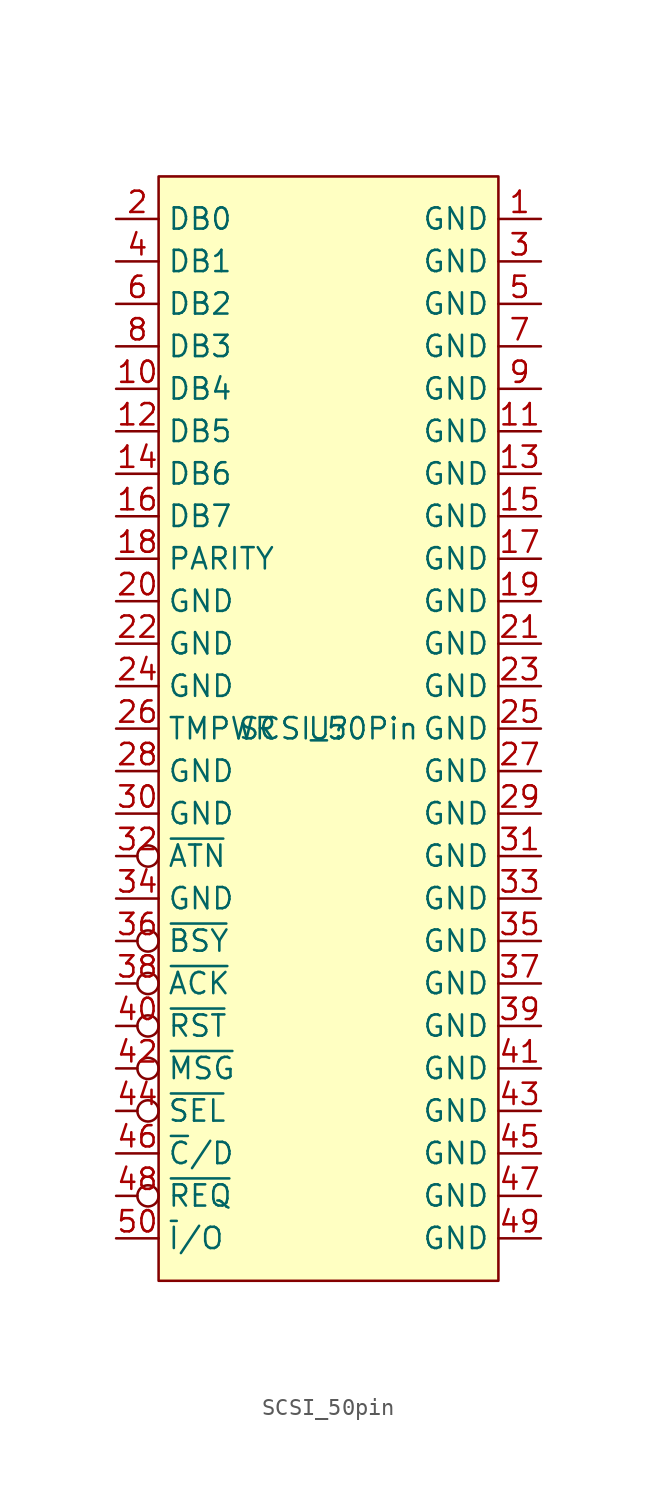
<source format=kicad_sym>
(kicad_symbol_lib
  (version 20220914)
  (generator kicad_symbol_editor)
  (symbol "SCSI_50pin"
    (property "Reference" "U"
      (at 0 0 0)
      (effects (font (size 1.27 1.27))))
    (property "Value" "SCSI_50Pin"
      (at 0 0 0)
      (effects (font (size 1.27 1.27))))
    (symbol "SCSI_50pin_0_0"
      (pin power_in line (at 12.7 30.48 180) (length 2.54) (name "GND" (effects (font (size 1.27 1.27)))) (number "1" (effects (font (size 1.27 1.27)))))
      (pin bidirectional line (at -12.7 20.32 0) (length 2.54) (name "DB4" (effects (font (size 1.27 1.27)))) (number "10" (effects (font (size 1.27 1.27)))))
      (pin power_in line (at 12.7 17.78 180) (length 2.54) (name "GND" (effects (font (size 1.27 1.27)))) (number "11" (effects (font (size 1.27 1.27)))))
      (pin bidirectional line (at -12.7 17.78 0) (length 2.54) (name "DB5" (effects (font (size 1.27 1.27)))) (number "12" (effects (font (size 1.27 1.27)))))
      (pin power_in line (at 12.7 15.24 180) (length 2.54) (name "GND" (effects (font (size 1.27 1.27)))) (number "13" (effects (font (size 1.27 1.27)))))
      (pin bidirectional line (at -12.7 15.24 0) (length 2.54) (name "DB6" (effects (font (size 1.27 1.27)))) (number "14" (effects (font (size 1.27 1.27)))))
      (pin power_in line (at 12.7 12.7 180) (length 2.54) (name "GND" (effects (font (size 1.27 1.27)))) (number "15" (effects (font (size 1.27 1.27)))))
      (pin bidirectional line (at -12.7 12.7 0) (length 2.54) (name "DB7" (effects (font (size 1.27 1.27)))) (number "16" (effects (font (size 1.27 1.27)))))
      (pin power_in line (at 12.7 10.16 180) (length 2.54) (name "GND" (effects (font (size 1.27 1.27)))) (number "17" (effects (font (size 1.27 1.27)))))
      (pin bidirectional line (at -12.7 10.16 0) (length 2.54) (name "PARITY" (effects (font (size 1.27 1.27)))) (number "18" (effects (font (size 1.27 1.27)))))
      (pin power_in line (at 12.7 7.62 180) (length 2.54) (name "GND" (effects (font (size 1.27 1.27)))) (number "19" (effects (font (size 1.27 1.27)))))
      (pin bidirectional line (at -12.7 30.48 0) (length 2.54) (name "DB0" (effects (font (size 1.27 1.27)))) (number "2" (effects (font (size 1.27 1.27)))))
      (pin power_in line (at -12.7 7.62 0) (length 2.54) (name "GND" (effects (font (size 1.27 1.27)))) (number "20" (effects (font (size 1.27 1.27)))))
      (pin power_in line (at 12.7 5.08 180) (length 2.54) (name "GND" (effects (font (size 1.27 1.27)))) (number "21" (effects (font (size 1.27 1.27)))))
      (pin power_in line (at -12.7 5.08 0) (length 2.54) (name "GND" (effects (font (size 1.27 1.27)))) (number "22" (effects (font (size 1.27 1.27)))))
      (pin power_in line (at 12.7 2.54 180) (length 2.54) (name "GND" (effects (font (size 1.27 1.27)))) (number "23" (effects (font (size 1.27 1.27)))))
      (pin power_in line (at -12.7 2.54 0) (length 2.54) (name "GND" (effects (font (size 1.27 1.27)))) (number "24" (effects (font (size 1.27 1.27)))))
      (pin power_in line (at 12.7 0 180) (length 2.54) (name "GND" (effects (font (size 1.27 1.27)))) (number "25" (effects (font (size 1.27 1.27)))))
      (pin bidirectional line (at -12.7 0 0) (length 2.54) (name "TMPWR" (effects (font (size 1.27 1.27)))) (number "26" (effects (font (size 1.27 1.27)))))
      (pin power_in line (at 12.7 -2.54 180) (length 2.54) (name "GND" (effects (font (size 1.27 1.27)))) (number "27" (effects (font (size 1.27 1.27)))))
      (pin power_in line (at -12.7 -2.54 0) (length 2.54) (name "GND" (effects (font (size 1.27 1.27)))) (number "28" (effects (font (size 1.27 1.27)))))
      (pin power_in line (at 12.7 -5.08 180) (length 2.54) (name "GND" (effects (font (size 1.27 1.27)))) (number "29" (effects (font (size 1.27 1.27)))))
      (pin power_in line (at 12.7 27.94 180) (length 2.54) (name "GND" (effects (font (size 1.27 1.27)))) (number "3" (effects (font (size 1.27 1.27)))))
      (pin power_in line (at -12.7 -5.08 0) (length 2.54) (name "GND" (effects (font (size 1.27 1.27)))) (number "30" (effects (font (size 1.27 1.27)))))
      (pin power_in line (at 12.7 -7.62 180) (length 2.54) (name "GND" (effects (font (size 1.27 1.27)))) (number "31" (effects (font (size 1.27 1.27)))))
      (pin input inverted (at -12.7 -7.62 0) (length 2.54) (name "~{ATN}" (effects (font (size 1.27 1.27)))) (number "32" (effects (font (size 1.27 1.27)))))
      (pin power_in line (at 12.7 -10.16 180) (length 2.54) (name "GND" (effects (font (size 1.27 1.27)))) (number "33" (effects (font (size 1.27 1.27)))))
      (pin power_in line (at -12.7 -10.16 0) (length 2.54) (name "GND" (effects (font (size 1.27 1.27)))) (number "34" (effects (font (size 1.27 1.27)))))
      (pin power_in line (at 12.7 -12.7 180) (length 2.54) (name "GND" (effects (font (size 1.27 1.27)))) (number "35" (effects (font (size 1.27 1.27)))))
      (pin bidirectional inverted (at -12.7 -12.7 0) (length 2.54) (name "~{BSY}" (effects (font (size 1.27 1.27)))) (number "36" (effects (font (size 1.27 1.27)))))
      (pin power_in line (at 12.7 -15.24 180) (length 2.54) (name "GND" (effects (font (size 1.27 1.27)))) (number "37" (effects (font (size 1.27 1.27)))))
      (pin output inverted (at -12.7 -15.24 0) (length 2.54) (name "~{ACK}" (effects (font (size 1.27 1.27)))) (number "38" (effects (font (size 1.27 1.27)))))
      (pin power_in line (at 12.7 -17.78 180) (length 2.54) (name "GND" (effects (font (size 1.27 1.27)))) (number "39" (effects (font (size 1.27 1.27)))))
      (pin bidirectional line (at -12.7 27.94 0) (length 2.54) (name "DB1" (effects (font (size 1.27 1.27)))) (number "4" (effects (font (size 1.27 1.27)))))
      (pin bidirectional inverted (at -12.7 -17.78 0) (length 2.54) (name "~{RST}" (effects (font (size 1.27 1.27)))) (number "40" (effects (font (size 1.27 1.27)))))
      (pin power_in line (at 12.7 -20.32 180) (length 2.54) (name "GND" (effects (font (size 1.27 1.27)))) (number "41" (effects (font (size 1.27 1.27)))))
      (pin input inverted (at -12.7 -20.32 0) (length 2.54) (name "~{MSG}" (effects (font (size 1.27 1.27)))) (number "42" (effects (font (size 1.27 1.27)))))
      (pin power_in line (at 12.7 -22.86 180) (length 2.54) (name "GND" (effects (font (size 1.27 1.27)))) (number "43" (effects (font (size 1.27 1.27)))))
      (pin bidirectional inverted (at -12.7 -22.86 0) (length 2.54) (name "~{SEL}" (effects (font (size 1.27 1.27)))) (number "44" (effects (font (size 1.27 1.27)))))
      (pin power_in line (at 12.7 -25.4 180) (length 2.54) (name "GND" (effects (font (size 1.27 1.27)))) (number "45" (effects (font (size 1.27 1.27)))))
      (pin input line (at -12.7 -25.4 0) (length 2.54) (name "~{C}/D" (effects (font (size 1.27 1.27)))) (number "46" (effects (font (size 1.27 1.27)))))
      (pin power_in line (at 12.7 -27.94 180) (length 2.54) (name "GND" (effects (font (size 1.27 1.27)))) (number "47" (effects (font (size 1.27 1.27)))))
      (pin input inverted (at -12.7 -27.94 0) (length 2.54) (name "~{REQ}" (effects (font (size 1.27 1.27)))) (number "48" (effects (font (size 1.27 1.27)))))
      (pin power_in line (at 12.7 -30.48 180) (length 2.54) (name "GND" (effects (font (size 1.27 1.27)))) (number "49" (effects (font (size 1.27 1.27)))))
      (pin power_in line (at 12.7 25.4 180) (length 2.54) (name "GND" (effects (font (size 1.27 1.27)))) (number "5" (effects (font (size 1.27 1.27)))))
      (pin input line (at -12.7 -30.48 0) (length 2.54) (name "~{I}/O" (effects (font (size 1.27 1.27)))) (number "50" (effects (font (size 1.27 1.27)))))
      (pin bidirectional line (at -12.7 25.4 0) (length 2.54) (name "DB2" (effects (font (size 1.27 1.27)))) (number "6" (effects (font (size 1.27 1.27)))))
      (pin power_in line (at 12.7 22.86 180) (length 2.54) (name "GND" (effects (font (size 1.27 1.27)))) (number "7" (effects (font (size 1.27 1.27)))))
      (pin bidirectional line (at -12.7 22.86 0) (length 2.54) (name "DB3" (effects (font (size 1.27 1.27)))) (number "8" (effects (font (size 1.27 1.27)))))
      (pin power_in line (at 12.7 20.32 180) (length 2.54) (name "GND" (effects (font (size 1.27 1.27)))) (number "9" (effects (font (size 1.27 1.27))))))
    (symbol "SCSI_50pin_1_1"
      (rectangle (start -10.16 33.02) (end 10.16 -33.02) (stroke (width 0) (type default)) (fill (type background))))))
</source>
